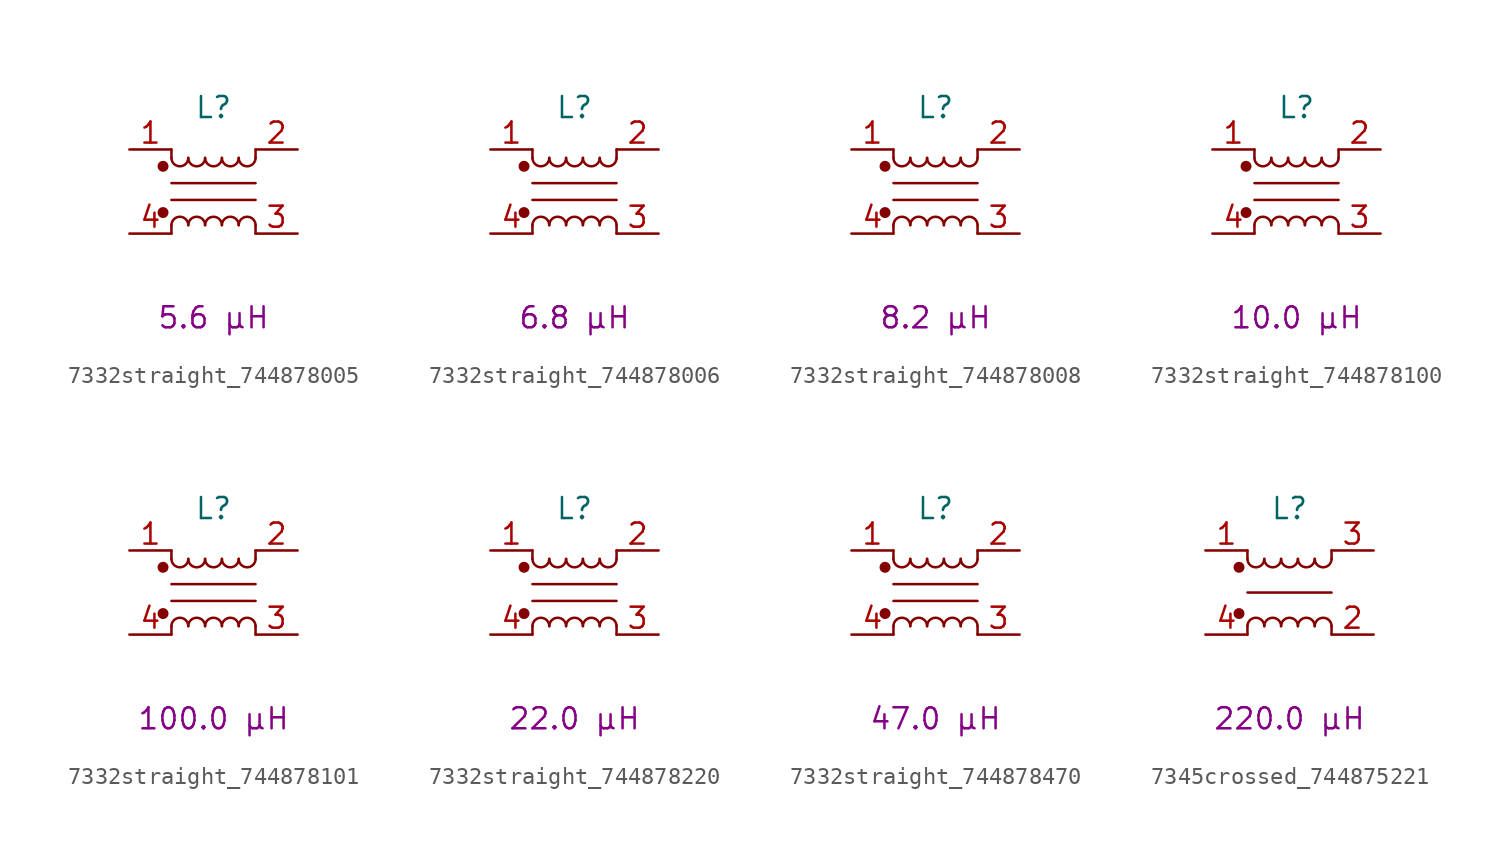
<source format=kicad_sym>
(kicad_symbol_lib
  (version 20241209)
  (generator "kicad_symbol_editor")
  (generator_version "9.0")
  (symbol "7332straight_744878005"
    (pin_names
      (hide yes))
    (property "Reference" "L"
      (at 0 5.08 0)
      (effects (font (size 1.27 1.27))))
    (property "Critical Parameter" "5.6 µH"
      (at 0 -7.62 0)
      (effects (font (size 1.27 1.27))))
    (symbol "7332straight_744878005_0_1"
      (circle (center -3.048 1.524) (radius 0.254) (stroke (width 0) (type default)) (fill (type outline)))
      (circle (center -3.048 -1.27) (radius 0.254) (stroke (width 0) (type default)) (fill (type outline)))
      (polyline (pts (xy -2.54 2.032) (xy -2.54 2.54)) (stroke (width 0) (type default)) (fill (type none)))
      (polyline (pts (xy -2.54 0.508) (xy 2.54 0.508)) (stroke (width 0) (type default)) (fill (type none)))
      (polyline (pts (xy -2.54 -2.032) (xy -2.54 -2.54)) (stroke (width 0) (type default)) (fill (type none)))
      (arc (start -1.524 2.032) (mid -2.032 1.5262) (end -2.54 2.032) (stroke (width 0) (type default)) (fill (type none)))
      (arc (start -2.54 -2.032) (mid -2.032 -1.5262) (end -1.524 -2.032) (stroke (width 0) (type default)) (fill (type none)))
      (arc (start -0.508 2.032) (mid -1.016 1.5262) (end -1.524 2.032) (stroke (width 0) (type default)) (fill (type none)))
      (arc (start -1.524 -2.032) (mid -1.016 -1.5262) (end -0.508 -2.032) (stroke (width 0) (type default)) (fill (type none)))
      (arc (start 0.508 2.032) (mid 0 1.5262) (end -0.508 2.032) (stroke (width 0) (type default)) (fill (type none)))
      (arc (start -0.508 -2.032) (mid 0 -1.5262) (end 0.508 -2.032) (stroke (width 0) (type default)) (fill (type none)))
      (arc (start 1.524 2.032) (mid 1.016 1.5262) (end 0.508 2.032) (stroke (width 0) (type default)) (fill (type none)))
      (arc (start 0.508 -2.032) (mid 1.016 -1.5262) (end 1.524 -2.032) (stroke (width 0) (type default)) (fill (type none)))
      (arc (start 2.54 2.032) (mid 2.032 1.5262) (end 1.524 2.032) (stroke (width 0) (type default)) (fill (type none)))
      (arc (start 1.524 -2.032) (mid 2.032 -1.5262) (end 2.54 -2.032) (stroke (width 0) (type default)) (fill (type none)))
      (polyline (pts (xy 2.54 2.54) (xy 2.54 2.032)) (stroke (width 0) (type default)) (fill (type none)))
      (polyline (pts (xy 2.54 -0.508) (xy -2.54 -0.508)) (stroke (width 0) (type default)) (fill (type none)))
      (polyline (pts (xy 2.54 -2.032) (xy 2.54 -2.54)) (stroke (width 0) (type default)) (fill (type none))))
    (symbol "7332straight_744878005_1_1"
      (pin passive line (at -5.08 2.54 0) (length 2.54) (name "1" (effects (font (size 1.27 1.27)))) (number "1" (effects (font (size 1.27 1.27)))))
      (pin passive line (at -5.08 -2.54 0) (length 2.54) (name "4" (effects (font (size 1.27 1.27)))) (number "4" (effects (font (size 1.27 1.27)))))
      (pin passive line (at 5.08 2.54 180) (length 2.54) (name "2" (effects (font (size 1.27 1.27)))) (number "2" (effects (font (size 1.27 1.27)))))
      (pin passive line (at 5.08 -2.54 180) (length 2.54) (name "3" (effects (font (size 1.27 1.27)))) (number "3" (effects (font (size 1.27 1.27)))))))
  (symbol "7332straight_744878006"
    (pin_names
      (hide yes))
    (property "Reference" "L"
      (at 0 5.08 0)
      (effects (font (size 1.27 1.27))))
    (property "Critical Parameter" "6.8 µH"
      (at 0 -7.62 0)
      (effects (font (size 1.27 1.27))))
    (symbol "7332straight_744878006_0_1"
      (circle (center -3.048 1.524) (radius 0.254) (stroke (width 0) (type default)) (fill (type outline)))
      (circle (center -3.048 -1.27) (radius 0.254) (stroke (width 0) (type default)) (fill (type outline)))
      (polyline (pts (xy -2.54 2.032) (xy -2.54 2.54)) (stroke (width 0) (type default)) (fill (type none)))
      (polyline (pts (xy -2.54 0.508) (xy 2.54 0.508)) (stroke (width 0) (type default)) (fill (type none)))
      (polyline (pts (xy -2.54 -2.032) (xy -2.54 -2.54)) (stroke (width 0) (type default)) (fill (type none)))
      (arc (start -1.524 2.032) (mid -2.032 1.5262) (end -2.54 2.032) (stroke (width 0) (type default)) (fill (type none)))
      (arc (start -2.54 -2.032) (mid -2.032 -1.5262) (end -1.524 -2.032) (stroke (width 0) (type default)) (fill (type none)))
      (arc (start -0.508 2.032) (mid -1.016 1.5262) (end -1.524 2.032) (stroke (width 0) (type default)) (fill (type none)))
      (arc (start -1.524 -2.032) (mid -1.016 -1.5262) (end -0.508 -2.032) (stroke (width 0) (type default)) (fill (type none)))
      (arc (start 0.508 2.032) (mid 0 1.5262) (end -0.508 2.032) (stroke (width 0) (type default)) (fill (type none)))
      (arc (start -0.508 -2.032) (mid 0 -1.5262) (end 0.508 -2.032) (stroke (width 0) (type default)) (fill (type none)))
      (arc (start 1.524 2.032) (mid 1.016 1.5262) (end 0.508 2.032) (stroke (width 0) (type default)) (fill (type none)))
      (arc (start 0.508 -2.032) (mid 1.016 -1.5262) (end 1.524 -2.032) (stroke (width 0) (type default)) (fill (type none)))
      (arc (start 2.54 2.032) (mid 2.032 1.5262) (end 1.524 2.032) (stroke (width 0) (type default)) (fill (type none)))
      (arc (start 1.524 -2.032) (mid 2.032 -1.5262) (end 2.54 -2.032) (stroke (width 0) (type default)) (fill (type none)))
      (polyline (pts (xy 2.54 2.54) (xy 2.54 2.032)) (stroke (width 0) (type default)) (fill (type none)))
      (polyline (pts (xy 2.54 -0.508) (xy -2.54 -0.508)) (stroke (width 0) (type default)) (fill (type none)))
      (polyline (pts (xy 2.54 -2.032) (xy 2.54 -2.54)) (stroke (width 0) (type default)) (fill (type none))))
    (symbol "7332straight_744878006_1_1"
      (pin passive line (at -5.08 2.54 0) (length 2.54) (name "1" (effects (font (size 1.27 1.27)))) (number "1" (effects (font (size 1.27 1.27)))))
      (pin passive line (at -5.08 -2.54 0) (length 2.54) (name "4" (effects (font (size 1.27 1.27)))) (number "4" (effects (font (size 1.27 1.27)))))
      (pin passive line (at 5.08 2.54 180) (length 2.54) (name "2" (effects (font (size 1.27 1.27)))) (number "2" (effects (font (size 1.27 1.27)))))
      (pin passive line (at 5.08 -2.54 180) (length 2.54) (name "3" (effects (font (size 1.27 1.27)))) (number "3" (effects (font (size 1.27 1.27)))))))
  (symbol "7332straight_744878008"
    (pin_names
      (hide yes))
    (property "Reference" "L"
      (at 0 5.08 0)
      (effects (font (size 1.27 1.27))))
    (property "Critical Parameter" "8.2 µH"
      (at 0 -7.62 0)
      (effects (font (size 1.27 1.27))))
    (symbol "7332straight_744878008_0_1"
      (circle (center -3.048 1.524) (radius 0.254) (stroke (width 0) (type default)) (fill (type outline)))
      (circle (center -3.048 -1.27) (radius 0.254) (stroke (width 0) (type default)) (fill (type outline)))
      (polyline (pts (xy -2.54 2.032) (xy -2.54 2.54)) (stroke (width 0) (type default)) (fill (type none)))
      (polyline (pts (xy -2.54 0.508) (xy 2.54 0.508)) (stroke (width 0) (type default)) (fill (type none)))
      (polyline (pts (xy -2.54 -2.032) (xy -2.54 -2.54)) (stroke (width 0) (type default)) (fill (type none)))
      (arc (start -1.524 2.032) (mid -2.032 1.5262) (end -2.54 2.032) (stroke (width 0) (type default)) (fill (type none)))
      (arc (start -2.54 -2.032) (mid -2.032 -1.5262) (end -1.524 -2.032) (stroke (width 0) (type default)) (fill (type none)))
      (arc (start -0.508 2.032) (mid -1.016 1.5262) (end -1.524 2.032) (stroke (width 0) (type default)) (fill (type none)))
      (arc (start -1.524 -2.032) (mid -1.016 -1.5262) (end -0.508 -2.032) (stroke (width 0) (type default)) (fill (type none)))
      (arc (start 0.508 2.032) (mid 0 1.5262) (end -0.508 2.032) (stroke (width 0) (type default)) (fill (type none)))
      (arc (start -0.508 -2.032) (mid 0 -1.5262) (end 0.508 -2.032) (stroke (width 0) (type default)) (fill (type none)))
      (arc (start 1.524 2.032) (mid 1.016 1.5262) (end 0.508 2.032) (stroke (width 0) (type default)) (fill (type none)))
      (arc (start 0.508 -2.032) (mid 1.016 -1.5262) (end 1.524 -2.032) (stroke (width 0) (type default)) (fill (type none)))
      (arc (start 2.54 2.032) (mid 2.032 1.5262) (end 1.524 2.032) (stroke (width 0) (type default)) (fill (type none)))
      (arc (start 1.524 -2.032) (mid 2.032 -1.5262) (end 2.54 -2.032) (stroke (width 0) (type default)) (fill (type none)))
      (polyline (pts (xy 2.54 2.54) (xy 2.54 2.032)) (stroke (width 0) (type default)) (fill (type none)))
      (polyline (pts (xy 2.54 -0.508) (xy -2.54 -0.508)) (stroke (width 0) (type default)) (fill (type none)))
      (polyline (pts (xy 2.54 -2.032) (xy 2.54 -2.54)) (stroke (width 0) (type default)) (fill (type none))))
    (symbol "7332straight_744878008_1_1"
      (pin passive line (at -5.08 2.54 0) (length 2.54) (name "1" (effects (font (size 1.27 1.27)))) (number "1" (effects (font (size 1.27 1.27)))))
      (pin passive line (at -5.08 -2.54 0) (length 2.54) (name "4" (effects (font (size 1.27 1.27)))) (number "4" (effects (font (size 1.27 1.27)))))
      (pin passive line (at 5.08 2.54 180) (length 2.54) (name "2" (effects (font (size 1.27 1.27)))) (number "2" (effects (font (size 1.27 1.27)))))
      (pin passive line (at 5.08 -2.54 180) (length 2.54) (name "3" (effects (font (size 1.27 1.27)))) (number "3" (effects (font (size 1.27 1.27)))))))
  (symbol "7332straight_744878100"
    (pin_names
      (hide yes))
    (property "Reference" "L"
      (at 0 5.08 0)
      (effects (font (size 1.27 1.27))))
    (property "Critical Parameter" "10.0 µH"
      (at 0 -7.62 0)
      (effects (font (size 1.27 1.27))))
    (symbol "7332straight_744878100_0_1"
      (circle (center -3.048 1.524) (radius 0.254) (stroke (width 0) (type default)) (fill (type outline)))
      (circle (center -3.048 -1.27) (radius 0.254) (stroke (width 0) (type default)) (fill (type outline)))
      (polyline (pts (xy -2.54 2.032) (xy -2.54 2.54)) (stroke (width 0) (type default)) (fill (type none)))
      (polyline (pts (xy -2.54 0.508) (xy 2.54 0.508)) (stroke (width 0) (type default)) (fill (type none)))
      (polyline (pts (xy -2.54 -2.032) (xy -2.54 -2.54)) (stroke (width 0) (type default)) (fill (type none)))
      (arc (start -1.524 2.032) (mid -2.032 1.5262) (end -2.54 2.032) (stroke (width 0) (type default)) (fill (type none)))
      (arc (start -2.54 -2.032) (mid -2.032 -1.5262) (end -1.524 -2.032) (stroke (width 0) (type default)) (fill (type none)))
      (arc (start -0.508 2.032) (mid -1.016 1.5262) (end -1.524 2.032) (stroke (width 0) (type default)) (fill (type none)))
      (arc (start -1.524 -2.032) (mid -1.016 -1.5262) (end -0.508 -2.032) (stroke (width 0) (type default)) (fill (type none)))
      (arc (start 0.508 2.032) (mid 0 1.5262) (end -0.508 2.032) (stroke (width 0) (type default)) (fill (type none)))
      (arc (start -0.508 -2.032) (mid 0 -1.5262) (end 0.508 -2.032) (stroke (width 0) (type default)) (fill (type none)))
      (arc (start 1.524 2.032) (mid 1.016 1.5262) (end 0.508 2.032) (stroke (width 0) (type default)) (fill (type none)))
      (arc (start 0.508 -2.032) (mid 1.016 -1.5262) (end 1.524 -2.032) (stroke (width 0) (type default)) (fill (type none)))
      (arc (start 2.54 2.032) (mid 2.032 1.5262) (end 1.524 2.032) (stroke (width 0) (type default)) (fill (type none)))
      (arc (start 1.524 -2.032) (mid 2.032 -1.5262) (end 2.54 -2.032) (stroke (width 0) (type default)) (fill (type none)))
      (polyline (pts (xy 2.54 2.54) (xy 2.54 2.032)) (stroke (width 0) (type default)) (fill (type none)))
      (polyline (pts (xy 2.54 -0.508) (xy -2.54 -0.508)) (stroke (width 0) (type default)) (fill (type none)))
      (polyline (pts (xy 2.54 -2.032) (xy 2.54 -2.54)) (stroke (width 0) (type default)) (fill (type none))))
    (symbol "7332straight_744878100_1_1"
      (pin passive line (at -5.08 2.54 0) (length 2.54) (name "1" (effects (font (size 1.27 1.27)))) (number "1" (effects (font (size 1.27 1.27)))))
      (pin passive line (at -5.08 -2.54 0) (length 2.54) (name "4" (effects (font (size 1.27 1.27)))) (number "4" (effects (font (size 1.27 1.27)))))
      (pin passive line (at 5.08 2.54 180) (length 2.54) (name "2" (effects (font (size 1.27 1.27)))) (number "2" (effects (font (size 1.27 1.27)))))
      (pin passive line (at 5.08 -2.54 180) (length 2.54) (name "3" (effects (font (size 1.27 1.27)))) (number "3" (effects (font (size 1.27 1.27)))))))
  (symbol "7332straight_744878101"
    (pin_names
      (hide yes))
    (property "Reference" "L"
      (at 0 5.08 0)
      (effects (font (size 1.27 1.27))))
    (property "Critical Parameter" "100.0 µH"
      (at 0 -7.62 0)
      (effects (font (size 1.27 1.27))))
    (symbol "7332straight_744878101_0_1"
      (circle (center -3.048 1.524) (radius 0.254) (stroke (width 0) (type default)) (fill (type outline)))
      (circle (center -3.048 -1.27) (radius 0.254) (stroke (width 0) (type default)) (fill (type outline)))
      (polyline (pts (xy -2.54 2.032) (xy -2.54 2.54)) (stroke (width 0) (type default)) (fill (type none)))
      (polyline (pts (xy -2.54 0.508) (xy 2.54 0.508)) (stroke (width 0) (type default)) (fill (type none)))
      (polyline (pts (xy -2.54 -2.032) (xy -2.54 -2.54)) (stroke (width 0) (type default)) (fill (type none)))
      (arc (start -1.524 2.032) (mid -2.032 1.5262) (end -2.54 2.032) (stroke (width 0) (type default)) (fill (type none)))
      (arc (start -2.54 -2.032) (mid -2.032 -1.5262) (end -1.524 -2.032) (stroke (width 0) (type default)) (fill (type none)))
      (arc (start -0.508 2.032) (mid -1.016 1.5262) (end -1.524 2.032) (stroke (width 0) (type default)) (fill (type none)))
      (arc (start -1.524 -2.032) (mid -1.016 -1.5262) (end -0.508 -2.032) (stroke (width 0) (type default)) (fill (type none)))
      (arc (start 0.508 2.032) (mid 0 1.5262) (end -0.508 2.032) (stroke (width 0) (type default)) (fill (type none)))
      (arc (start -0.508 -2.032) (mid 0 -1.5262) (end 0.508 -2.032) (stroke (width 0) (type default)) (fill (type none)))
      (arc (start 1.524 2.032) (mid 1.016 1.5262) (end 0.508 2.032) (stroke (width 0) (type default)) (fill (type none)))
      (arc (start 0.508 -2.032) (mid 1.016 -1.5262) (end 1.524 -2.032) (stroke (width 0) (type default)) (fill (type none)))
      (arc (start 2.54 2.032) (mid 2.032 1.5262) (end 1.524 2.032) (stroke (width 0) (type default)) (fill (type none)))
      (arc (start 1.524 -2.032) (mid 2.032 -1.5262) (end 2.54 -2.032) (stroke (width 0) (type default)) (fill (type none)))
      (polyline (pts (xy 2.54 2.54) (xy 2.54 2.032)) (stroke (width 0) (type default)) (fill (type none)))
      (polyline (pts (xy 2.54 -0.508) (xy -2.54 -0.508)) (stroke (width 0) (type default)) (fill (type none)))
      (polyline (pts (xy 2.54 -2.032) (xy 2.54 -2.54)) (stroke (width 0) (type default)) (fill (type none))))
    (symbol "7332straight_744878101_1_1"
      (pin passive line (at -5.08 2.54 0) (length 2.54) (name "1" (effects (font (size 1.27 1.27)))) (number "1" (effects (font (size 1.27 1.27)))))
      (pin passive line (at -5.08 -2.54 0) (length 2.54) (name "4" (effects (font (size 1.27 1.27)))) (number "4" (effects (font (size 1.27 1.27)))))
      (pin passive line (at 5.08 2.54 180) (length 2.54) (name "2" (effects (font (size 1.27 1.27)))) (number "2" (effects (font (size 1.27 1.27)))))
      (pin passive line (at 5.08 -2.54 180) (length 2.54) (name "3" (effects (font (size 1.27 1.27)))) (number "3" (effects (font (size 1.27 1.27)))))))
  (symbol "7332straight_744878220"
    (pin_names
      (hide yes))
    (property "Reference" "L"
      (at 0 5.08 0)
      (effects (font (size 1.27 1.27))))
    (property "Critical Parameter" "22.0 µH"
      (at 0 -7.62 0)
      (effects (font (size 1.27 1.27))))
    (symbol "7332straight_744878220_0_1"
      (circle (center -3.048 1.524) (radius 0.254) (stroke (width 0) (type default)) (fill (type outline)))
      (circle (center -3.048 -1.27) (radius 0.254) (stroke (width 0) (type default)) (fill (type outline)))
      (polyline (pts (xy -2.54 2.032) (xy -2.54 2.54)) (stroke (width 0) (type default)) (fill (type none)))
      (polyline (pts (xy -2.54 0.508) (xy 2.54 0.508)) (stroke (width 0) (type default)) (fill (type none)))
      (polyline (pts (xy -2.54 -2.032) (xy -2.54 -2.54)) (stroke (width 0) (type default)) (fill (type none)))
      (arc (start -1.524 2.032) (mid -2.032 1.5262) (end -2.54 2.032) (stroke (width 0) (type default)) (fill (type none)))
      (arc (start -2.54 -2.032) (mid -2.032 -1.5262) (end -1.524 -2.032) (stroke (width 0) (type default)) (fill (type none)))
      (arc (start -0.508 2.032) (mid -1.016 1.5262) (end -1.524 2.032) (stroke (width 0) (type default)) (fill (type none)))
      (arc (start -1.524 -2.032) (mid -1.016 -1.5262) (end -0.508 -2.032) (stroke (width 0) (type default)) (fill (type none)))
      (arc (start 0.508 2.032) (mid 0 1.5262) (end -0.508 2.032) (stroke (width 0) (type default)) (fill (type none)))
      (arc (start -0.508 -2.032) (mid 0 -1.5262) (end 0.508 -2.032) (stroke (width 0) (type default)) (fill (type none)))
      (arc (start 1.524 2.032) (mid 1.016 1.5262) (end 0.508 2.032) (stroke (width 0) (type default)) (fill (type none)))
      (arc (start 0.508 -2.032) (mid 1.016 -1.5262) (end 1.524 -2.032) (stroke (width 0) (type default)) (fill (type none)))
      (arc (start 2.54 2.032) (mid 2.032 1.5262) (end 1.524 2.032) (stroke (width 0) (type default)) (fill (type none)))
      (arc (start 1.524 -2.032) (mid 2.032 -1.5262) (end 2.54 -2.032) (stroke (width 0) (type default)) (fill (type none)))
      (polyline (pts (xy 2.54 2.54) (xy 2.54 2.032)) (stroke (width 0) (type default)) (fill (type none)))
      (polyline (pts (xy 2.54 -0.508) (xy -2.54 -0.508)) (stroke (width 0) (type default)) (fill (type none)))
      (polyline (pts (xy 2.54 -2.032) (xy 2.54 -2.54)) (stroke (width 0) (type default)) (fill (type none))))
    (symbol "7332straight_744878220_1_1"
      (pin passive line (at -5.08 2.54 0) (length 2.54) (name "1" (effects (font (size 1.27 1.27)))) (number "1" (effects (font (size 1.27 1.27)))))
      (pin passive line (at -5.08 -2.54 0) (length 2.54) (name "4" (effects (font (size 1.27 1.27)))) (number "4" (effects (font (size 1.27 1.27)))))
      (pin passive line (at 5.08 2.54 180) (length 2.54) (name "2" (effects (font (size 1.27 1.27)))) (number "2" (effects (font (size 1.27 1.27)))))
      (pin passive line (at 5.08 -2.54 180) (length 2.54) (name "3" (effects (font (size 1.27 1.27)))) (number "3" (effects (font (size 1.27 1.27)))))))
  (symbol "7332straight_744878470"
    (pin_names
      (hide yes))
    (property "Reference" "L"
      (at 0 5.08 0)
      (effects (font (size 1.27 1.27))))
    (property "Critical Parameter" "47.0 µH"
      (at 0 -7.62 0)
      (effects (font (size 1.27 1.27))))
    (symbol "7332straight_744878470_0_1"
      (circle (center -3.048 1.524) (radius 0.254) (stroke (width 0) (type default)) (fill (type outline)))
      (circle (center -3.048 -1.27) (radius 0.254) (stroke (width 0) (type default)) (fill (type outline)))
      (polyline (pts (xy -2.54 2.032) (xy -2.54 2.54)) (stroke (width 0) (type default)) (fill (type none)))
      (polyline (pts (xy -2.54 0.508) (xy 2.54 0.508)) (stroke (width 0) (type default)) (fill (type none)))
      (polyline (pts (xy -2.54 -2.032) (xy -2.54 -2.54)) (stroke (width 0) (type default)) (fill (type none)))
      (arc (start -1.524 2.032) (mid -2.032 1.5262) (end -2.54 2.032) (stroke (width 0) (type default)) (fill (type none)))
      (arc (start -2.54 -2.032) (mid -2.032 -1.5262) (end -1.524 -2.032) (stroke (width 0) (type default)) (fill (type none)))
      (arc (start -0.508 2.032) (mid -1.016 1.5262) (end -1.524 2.032) (stroke (width 0) (type default)) (fill (type none)))
      (arc (start -1.524 -2.032) (mid -1.016 -1.5262) (end -0.508 -2.032) (stroke (width 0) (type default)) (fill (type none)))
      (arc (start 0.508 2.032) (mid 0 1.5262) (end -0.508 2.032) (stroke (width 0) (type default)) (fill (type none)))
      (arc (start -0.508 -2.032) (mid 0 -1.5262) (end 0.508 -2.032) (stroke (width 0) (type default)) (fill (type none)))
      (arc (start 1.524 2.032) (mid 1.016 1.5262) (end 0.508 2.032) (stroke (width 0) (type default)) (fill (type none)))
      (arc (start 0.508 -2.032) (mid 1.016 -1.5262) (end 1.524 -2.032) (stroke (width 0) (type default)) (fill (type none)))
      (arc (start 2.54 2.032) (mid 2.032 1.5262) (end 1.524 2.032) (stroke (width 0) (type default)) (fill (type none)))
      (arc (start 1.524 -2.032) (mid 2.032 -1.5262) (end 2.54 -2.032) (stroke (width 0) (type default)) (fill (type none)))
      (polyline (pts (xy 2.54 2.54) (xy 2.54 2.032)) (stroke (width 0) (type default)) (fill (type none)))
      (polyline (pts (xy 2.54 -0.508) (xy -2.54 -0.508)) (stroke (width 0) (type default)) (fill (type none)))
      (polyline (pts (xy 2.54 -2.032) (xy 2.54 -2.54)) (stroke (width 0) (type default)) (fill (type none))))
    (symbol "7332straight_744878470_1_1"
      (pin passive line (at -5.08 2.54 0) (length 2.54) (name "1" (effects (font (size 1.27 1.27)))) (number "1" (effects (font (size 1.27 1.27)))))
      (pin passive line (at -5.08 -2.54 0) (length 2.54) (name "4" (effects (font (size 1.27 1.27)))) (number "4" (effects (font (size 1.27 1.27)))))
      (pin passive line (at 5.08 2.54 180) (length 2.54) (name "2" (effects (font (size 1.27 1.27)))) (number "2" (effects (font (size 1.27 1.27)))))
      (pin passive line (at 5.08 -2.54 180) (length 2.54) (name "3" (effects (font (size 1.27 1.27)))) (number "3" (effects (font (size 1.27 1.27)))))))
  (symbol "7345crossed_744875221"
    (pin_names
      (hide yes))
    (property "Reference" "L"
      (at 0 5.08 0)
      (effects (font (size 1.27 1.27))))
    (property "Critical Parameter" "220.0 µH"
      (at 0 -7.62 0)
      (effects (font (size 1.27 1.27))))
    (symbol "7345crossed_744875221_0_1"
      (circle (center -3.048 1.524) (radius 0.254) (stroke (width 0) (type default)) (fill (type outline)))
      (circle (center -3.048 -1.27) (radius 0.254) (stroke (width 0) (type default)) (fill (type outline)))
      (polyline (pts (xy -2.54 2.032) (xy -2.54 2.54)) (stroke (width 0) (type default)) (fill (type none)))
      (polyline (pts (xy -2.54 -2.032) (xy -2.54 -2.54)) (stroke (width 0) (type default)) (fill (type none)))
      (arc (start -1.524 2.032) (mid -2.032 1.5262) (end -2.54 2.032) (stroke (width 0) (type default)) (fill (type none)))
      (arc (start -2.54 -2.032) (mid -2.032 -1.5262) (end -1.524 -2.032) (stroke (width 0) (type default)) (fill (type none)))
      (arc (start -0.508 2.032) (mid -1.016 1.5262) (end -1.524 2.032) (stroke (width 0) (type default)) (fill (type none)))
      (arc (start -1.524 -2.032) (mid -1.016 -1.5262) (end -0.508 -2.032) (stroke (width 0) (type default)) (fill (type none)))
      (arc (start 0.508 2.032) (mid 0 1.5262) (end -0.508 2.032) (stroke (width 0) (type default)) (fill (type none)))
      (arc (start -0.508 -2.032) (mid 0 -1.5262) (end 0.508 -2.032) (stroke (width 0) (type default)) (fill (type none)))
      (arc (start 1.524 2.032) (mid 1.016 1.5262) (end 0.508 2.032) (stroke (width 0) (type default)) (fill (type none)))
      (arc (start 0.508 -2.032) (mid 1.016 -1.5262) (end 1.524 -2.032) (stroke (width 0) (type default)) (fill (type none)))
      (arc (start 2.54 2.032) (mid 2.032 1.5262) (end 1.524 2.032) (stroke (width 0) (type default)) (fill (type none)))
      (arc (start 1.524 -2.032) (mid 2.032 -1.5262) (end 2.54 -2.032) (stroke (width 0) (type default)) (fill (type none)))
      (polyline (pts (xy 2.54 2.54) (xy 2.54 2.032)) (stroke (width 0) (type default)) (fill (type none)))
      (polyline (pts (xy 2.54 0) (xy -2.54 0)) (stroke (width 0) (type default)) (fill (type none)))
      (polyline (pts (xy 2.54 -2.032) (xy 2.54 -2.54)) (stroke (width 0) (type default)) (fill (type none))))
    (symbol "7345crossed_744875221_1_1"
      (pin passive line (at -5.08 2.54 0) (length 2.54) (name "1" (effects (font (size 1.27 1.27)))) (number "1" (effects (font (size 1.27 1.27)))))
      (pin passive line (at -5.08 -2.54 0) (length 2.54) (name "4" (effects (font (size 1.27 1.27)))) (number "4" (effects (font (size 1.27 1.27)))))
      (pin passive line (at 5.08 2.54 180) (length 2.54) (name "3" (effects (font (size 1.27 1.27)))) (number "3" (effects (font (size 1.27 1.27)))))
      (pin passive line (at 5.08 -2.54 180) (length 2.54) (name "2" (effects (font (size 1.27 1.27)))) (number "2" (effects (font (size 1.27 1.27))))))))
</source>
